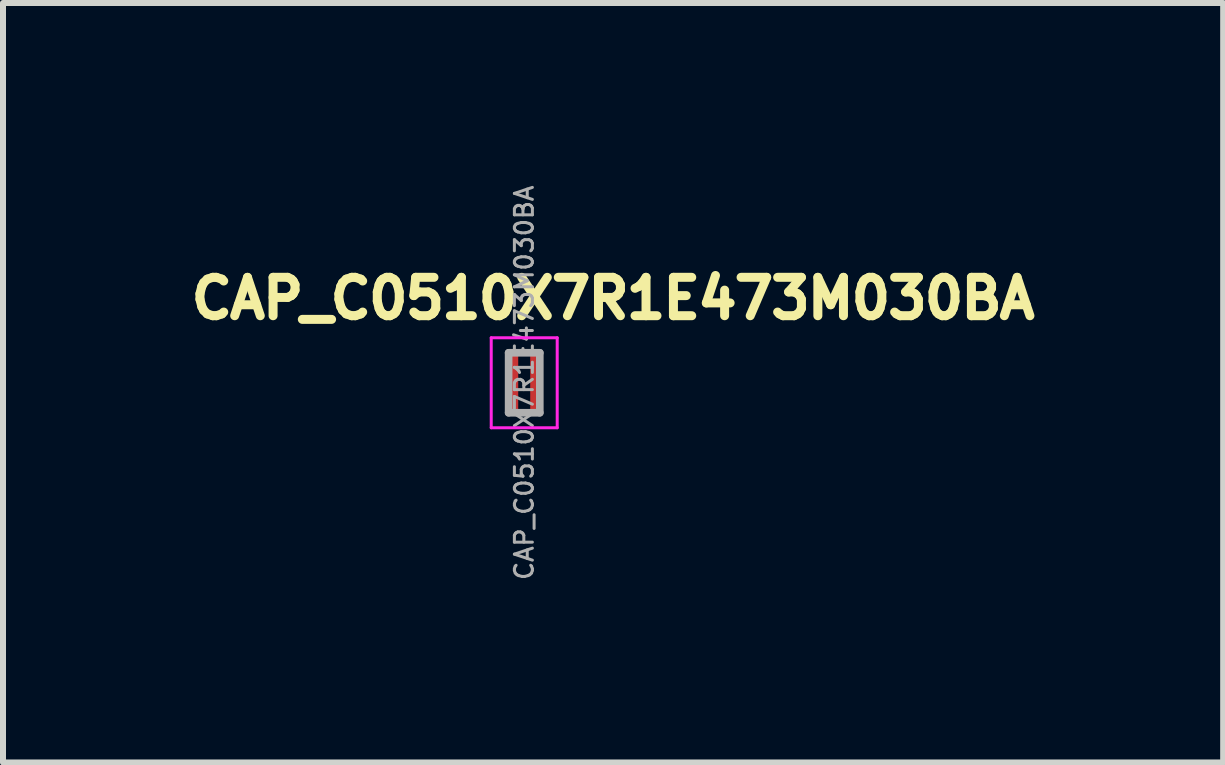
<source format=kicad_pcb>
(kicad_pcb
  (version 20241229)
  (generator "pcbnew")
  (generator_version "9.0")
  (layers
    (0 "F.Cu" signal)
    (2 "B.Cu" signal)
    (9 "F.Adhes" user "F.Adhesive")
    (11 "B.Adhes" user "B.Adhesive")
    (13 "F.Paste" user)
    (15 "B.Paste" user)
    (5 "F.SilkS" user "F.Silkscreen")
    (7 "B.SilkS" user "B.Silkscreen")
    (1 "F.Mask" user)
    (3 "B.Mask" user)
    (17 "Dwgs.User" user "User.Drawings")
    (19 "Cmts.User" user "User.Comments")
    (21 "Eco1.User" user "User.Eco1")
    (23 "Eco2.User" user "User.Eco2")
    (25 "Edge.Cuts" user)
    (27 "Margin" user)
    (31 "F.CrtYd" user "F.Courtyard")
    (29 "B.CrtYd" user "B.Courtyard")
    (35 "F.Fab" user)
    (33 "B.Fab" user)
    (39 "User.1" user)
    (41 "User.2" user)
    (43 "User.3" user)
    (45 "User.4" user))
  (footprint "CAP_C0510X7R1E473M030BA"
    (layer "F.Cu")
    (at 5.689 3.331)
    (property "Reference" "CAP_C0510X7R1E473M030BA" (at 1.482 -1.406 0) (layer "F.SilkS") (effects (font (size 0.64 0.64) (thickness 0.15))))
    (attr smd)
    (fp_line (start -0.55 -0.75) (end -0.55 0.75) (stroke (width 0.05) (type solid)) (layer "F.CrtYd"))
    (fp_line (start -0.55 0.75) (end 0.55 0.75) (stroke (width 0.05) (type solid)) (layer "F.CrtYd"))
    (fp_line (start 0.55 -0.75) (end -0.55 -0.75) (stroke (width 0.05) (type solid)) (layer "F.CrtYd"))
    (fp_line (start 0.55 0.75) (end 0.55 -0.75) (stroke (width 0.05) (type solid)) (layer "F.CrtYd"))
    (fp_line (start -0.26 -0.5) (end -0.26 0.5) (stroke (width 0.127) (type solid)) (layer "F.Fab"))
    (fp_line (start -0.26 -0.5) (end 0.26 -0.5) (stroke (width 0.127) (type solid)) (layer "F.Fab"))
    (fp_line (start -0.26 0.5) (end 0.26 0.5) (stroke (width 0.127) (type solid)) (layer "F.Fab"))
    (fp_line (start 0.26 -0.5) (end 0.26 0.5) (stroke (width 0.127) (type solid)) (layer "F.Fab"))
    (fp_text user "${REFERENCE}" (at 0 0 90) (layer "F.Fab") (effects (font (size 0.3 0.3) (thickness 0.05))))
    (pad "1" smd rect (at -0.2 0) (size 0.2 1) (layers "F.Cu" "F.Mask" "F.Paste"))
    (pad "2" smd rect (at 0.2 0) (size 0.2 1) (layers "F.Cu" "F.Mask" "F.Paste")))
  (gr_rect
    (start -3 -3)
    (end 17.341 9.661)
    (stroke (width 0.1) (type default))
    (fill no)
    (layer "Edge.Cuts")))
</source>
